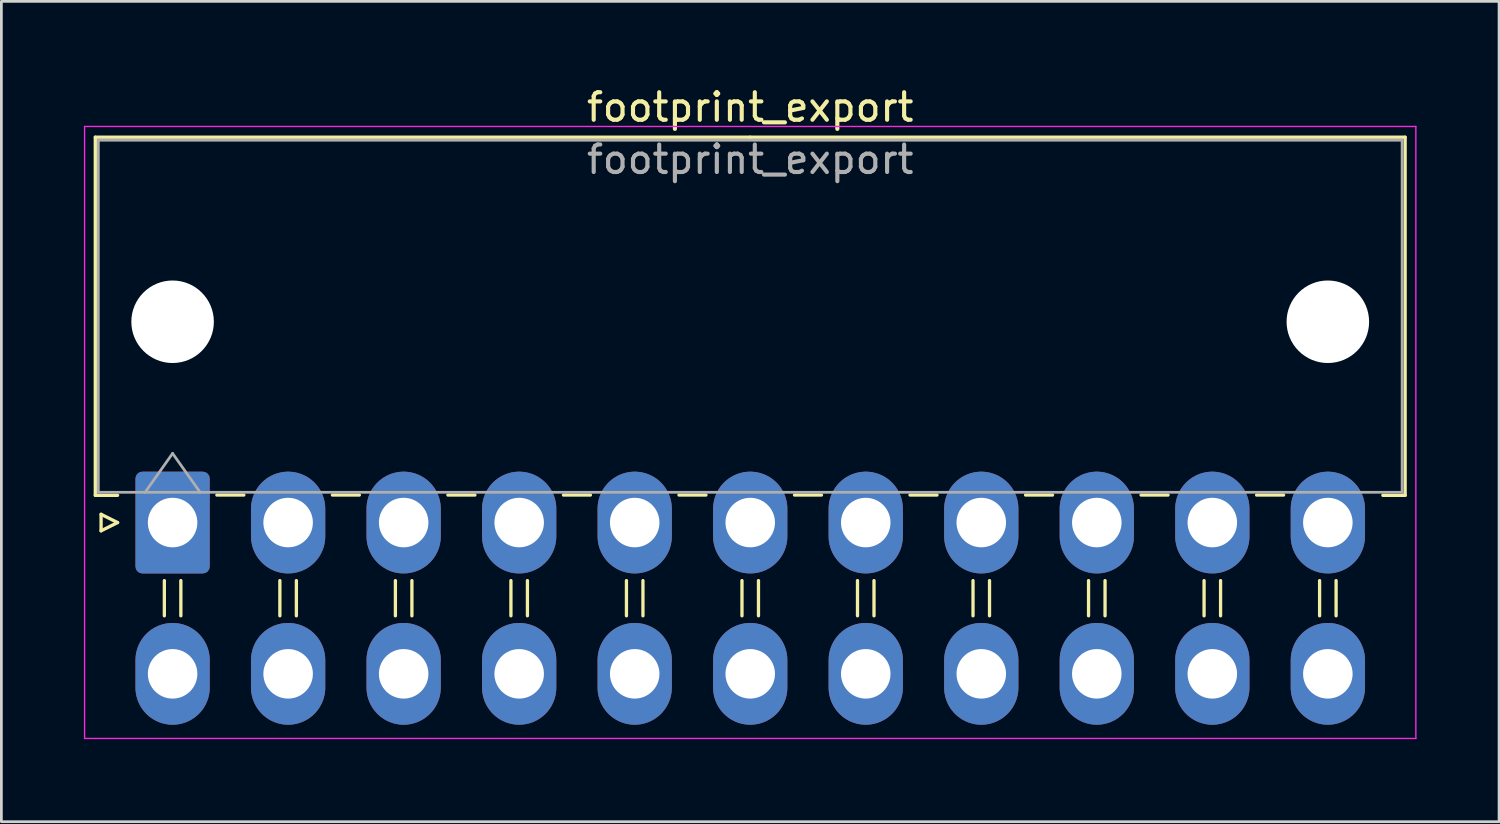
<source format=kicad_pcb>
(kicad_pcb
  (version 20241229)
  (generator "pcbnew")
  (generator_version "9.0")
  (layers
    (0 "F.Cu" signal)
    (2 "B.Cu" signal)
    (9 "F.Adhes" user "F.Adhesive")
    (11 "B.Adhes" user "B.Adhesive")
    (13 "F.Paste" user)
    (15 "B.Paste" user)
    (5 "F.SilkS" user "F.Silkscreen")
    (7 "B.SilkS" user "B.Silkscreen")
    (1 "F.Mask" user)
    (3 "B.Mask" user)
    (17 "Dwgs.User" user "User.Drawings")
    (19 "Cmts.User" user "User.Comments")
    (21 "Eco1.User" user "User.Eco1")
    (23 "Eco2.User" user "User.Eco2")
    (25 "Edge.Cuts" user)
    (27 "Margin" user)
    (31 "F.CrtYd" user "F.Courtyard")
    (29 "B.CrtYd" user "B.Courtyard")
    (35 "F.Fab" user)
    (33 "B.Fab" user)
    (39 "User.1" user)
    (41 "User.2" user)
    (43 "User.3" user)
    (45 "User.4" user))
  (footprint "footprint_export"
    (layer "F.Cu")
    (at 3.225 15.948)
    (property "Reference" "footprint_export" (at 21 -15.1 0) (layer "F.SilkS") (effects (font (size 1 1) (thickness 0.15))))
    (attr through_hole)
    (fp_line (start -2.81 -14.01) (end 21 -14.01) (stroke (width 0.12) (type solid)) (layer "F.SilkS"))
    (fp_line (start -2.81 -0.99) (end -2.81 -14.01) (stroke (width 0.12) (type solid)) (layer "F.SilkS"))
    (fp_line (start -2.6 -0.3) (end -2 0) (stroke (width 0.12) (type solid)) (layer "F.SilkS"))
    (fp_line (start -2.6 0.3) (end -2.6 -0.3) (stroke (width 0.12) (type solid)) (layer "F.SilkS"))
    (fp_line (start -2 -0.99) (end -2.81 -0.99) (stroke (width 0.12) (type solid)) (layer "F.SilkS"))
    (fp_line (start -2 0) (end -2.6 0.3) (stroke (width 0.12) (type solid)) (layer "F.SilkS"))
    (fp_line (start -0.3 2.11) (end -0.3 3.39) (stroke (width 0.12) (type solid)) (layer "F.SilkS"))
    (fp_line (start 0.3 2.11) (end 0.3 3.39) (stroke (width 0.12) (type solid)) (layer "F.SilkS"))
    (fp_line (start 1.61 -1) (end 2.59 -1) (stroke (width 0.12) (type solid)) (layer "F.SilkS"))
    (fp_line (start 3.9 2.11) (end 3.9 3.39) (stroke (width 0.12) (type solid)) (layer "F.SilkS"))
    (fp_line (start 4.5 2.11) (end 4.5 3.39) (stroke (width 0.12) (type solid)) (layer "F.SilkS"))
    (fp_line (start 5.81 -1) (end 6.79 -1) (stroke (width 0.12) (type solid)) (layer "F.SilkS"))
    (fp_line (start 8.1 2.11) (end 8.1 3.39) (stroke (width 0.12) (type solid)) (layer "F.SilkS"))
    (fp_line (start 8.7 2.11) (end 8.7 3.39) (stroke (width 0.12) (type solid)) (layer "F.SilkS"))
    (fp_line (start 10.01 -1) (end 10.99 -1) (stroke (width 0.12) (type solid)) (layer "F.SilkS"))
    (fp_line (start 12.3 2.11) (end 12.3 3.39) (stroke (width 0.12) (type solid)) (layer "F.SilkS"))
    (fp_line (start 12.9 2.11) (end 12.9 3.39) (stroke (width 0.12) (type solid)) (layer "F.SilkS"))
    (fp_line (start 14.21 -1) (end 15.19 -1) (stroke (width 0.12) (type solid)) (layer "F.SilkS"))
    (fp_line (start 16.5 2.11) (end 16.5 3.39) (stroke (width 0.12) (type solid)) (layer "F.SilkS"))
    (fp_line (start 17.1 2.11) (end 17.1 3.39) (stroke (width 0.12) (type solid)) (layer "F.SilkS"))
    (fp_line (start 18.41 -1) (end 19.39 -1) (stroke (width 0.12) (type solid)) (layer "F.SilkS"))
    (fp_line (start 20.7 2.11) (end 20.7 3.39) (stroke (width 0.12) (type solid)) (layer "F.SilkS"))
    (fp_line (start 21.3 2.11) (end 21.3 3.39) (stroke (width 0.12) (type solid)) (layer "F.SilkS"))
    (fp_line (start 22.61 -1) (end 23.59 -1) (stroke (width 0.12) (type solid)) (layer "F.SilkS"))
    (fp_line (start 24.9 2.11) (end 24.9 3.39) (stroke (width 0.12) (type solid)) (layer "F.SilkS"))
    (fp_line (start 25.5 2.11) (end 25.5 3.39) (stroke (width 0.12) (type solid)) (layer "F.SilkS"))
    (fp_line (start 26.81 -1) (end 27.79 -1) (stroke (width 0.12) (type solid)) (layer "F.SilkS"))
    (fp_line (start 29.1 2.11) (end 29.1 3.39) (stroke (width 0.12) (type solid)) (layer "F.SilkS"))
    (fp_line (start 29.7 2.11) (end 29.7 3.39) (stroke (width 0.12) (type solid)) (layer "F.SilkS"))
    (fp_line (start 31.01 -1) (end 31.99 -1) (stroke (width 0.12) (type solid)) (layer "F.SilkS"))
    (fp_line (start 33.3 2.11) (end 33.3 3.39) (stroke (width 0.12) (type solid)) (layer "F.SilkS"))
    (fp_line (start 33.9 2.11) (end 33.9 3.39) (stroke (width 0.12) (type solid)) (layer "F.SilkS"))
    (fp_line (start 35.21 -1) (end 36.19 -1) (stroke (width 0.12) (type solid)) (layer "F.SilkS"))
    (fp_line (start 37.5 2.11) (end 37.5 3.39) (stroke (width 0.12) (type solid)) (layer "F.SilkS"))
    (fp_line (start 38.1 2.11) (end 38.1 3.39) (stroke (width 0.12) (type solid)) (layer "F.SilkS"))
    (fp_line (start 39.41 -1) (end 40.39 -1) (stroke (width 0.12) (type solid)) (layer "F.SilkS"))
    (fp_line (start 41.7 2.11) (end 41.7 3.39) (stroke (width 0.12) (type solid)) (layer "F.SilkS"))
    (fp_line (start 42.3 2.11) (end 42.3 3.39) (stroke (width 0.12) (type solid)) (layer "F.SilkS"))
    (fp_line (start 44 -0.99) (end 44.81 -0.99) (stroke (width 0.12) (type solid)) (layer "F.SilkS"))
    (fp_line (start 44.81 -14.01) (end 21 -14.01) (stroke (width 0.12) (type solid)) (layer "F.SilkS"))
    (fp_line (start 44.81 -0.99) (end 44.81 -14.01) (stroke (width 0.12) (type solid)) (layer "F.SilkS"))
    (fp_line (start -3.2 -14.4) (end -3.2 7.85) (stroke (width 0.05) (type solid)) (layer "F.CrtYd"))
    (fp_line (start -3.2 7.85) (end 45.2 7.85) (stroke (width 0.05) (type solid)) (layer "F.CrtYd"))
    (fp_line (start 45.2 -14.4) (end -3.2 -14.4) (stroke (width 0.05) (type solid)) (layer "F.CrtYd"))
    (fp_line (start 45.2 7.85) (end 45.2 -14.4) (stroke (width 0.05) (type solid)) (layer "F.CrtYd"))
    (fp_line (start -2.7 -13.9) (end -2.7 -1.1) (stroke (width 0.1) (type solid)) (layer "F.Fab"))
    (fp_line (start -2.7 -1.1) (end 44.7 -1.1) (stroke (width 0.1) (type solid)) (layer "F.Fab"))
    (fp_line (start -1 -1.1) (end 0 -2.514) (stroke (width 0.1) (type solid)) (layer "F.Fab"))
    (fp_line (start 0 -2.514) (end 1 -1.1) (stroke (width 0.1) (type solid)) (layer "F.Fab"))
    (fp_line (start 44.7 -13.9) (end -2.7 -13.9) (stroke (width 0.1) (type solid)) (layer "F.Fab"))
    (fp_line (start 44.7 -1.1) (end 44.7 -13.9) (stroke (width 0.1) (type solid)) (layer "F.Fab"))
    (fp_text user "${REFERENCE}" (at 21 -13.2 0) (layer "F.Fab") (effects (font (size 1 1) (thickness 0.15))))
    (pad "" np_thru_hole circle (at 0 -7.3) (size 3 3) (drill 3) (layers "*.Cu" "*.Mask"))
    (pad "" np_thru_hole circle (at 42 -7.3) (size 3 3) (drill 3) (layers "*.Cu" "*.Mask"))
    (pad "1" thru_hole roundrect (at 0 0) (size 2.7 3.7) (drill 1.8) (layers "*.Cu" "*.Mask") (roundrect_rratio 0.093))
    (pad "2" thru_hole oval (at 4.2 0) (size 2.7 3.7) (drill 1.8) (layers "*.Cu" "*.Mask"))
    (pad "3" thru_hole oval (at 8.4 0) (size 2.7 3.7) (drill 1.8) (layers "*.Cu" "*.Mask"))
    (pad "4" thru_hole oval (at 12.6 0) (size 2.7 3.7) (drill 1.8) (layers "*.Cu" "*.Mask"))
    (pad "5" thru_hole oval (at 16.8 0) (size 2.7 3.7) (drill 1.8) (layers "*.Cu" "*.Mask"))
    (pad "6" thru_hole oval (at 21 0) (size 2.7 3.7) (drill 1.8) (layers "*.Cu" "*.Mask"))
    (pad "7" thru_hole oval (at 25.2 0) (size 2.7 3.7) (drill 1.8) (layers "*.Cu" "*.Mask"))
    (pad "8" thru_hole oval (at 29.4 0) (size 2.7 3.7) (drill 1.8) (layers "*.Cu" "*.Mask"))
    (pad "9" thru_hole oval (at 33.6 0) (size 2.7 3.7) (drill 1.8) (layers "*.Cu" "*.Mask"))
    (pad "10" thru_hole oval (at 37.8 0) (size 2.7 3.7) (drill 1.8) (layers "*.Cu" "*.Mask"))
    (pad "11" thru_hole oval (at 42 0) (size 2.7 3.7) (drill 1.8) (layers "*.Cu" "*.Mask"))
    (pad "12" thru_hole oval (at 0 5.5) (size 2.7 3.7) (drill 1.8) (layers "*.Cu" "*.Mask"))
    (pad "13" thru_hole oval (at 4.2 5.5) (size 2.7 3.7) (drill 1.8) (layers "*.Cu" "*.Mask"))
    (pad "14" thru_hole oval (at 8.4 5.5) (size 2.7 3.7) (drill 1.8) (layers "*.Cu" "*.Mask"))
    (pad "15" thru_hole oval (at 12.6 5.5) (size 2.7 3.7) (drill 1.8) (layers "*.Cu" "*.Mask"))
    (pad "16" thru_hole oval (at 16.8 5.5) (size 2.7 3.7) (drill 1.8) (layers "*.Cu" "*.Mask"))
    (pad "17" thru_hole oval (at 21 5.5) (size 2.7 3.7) (drill 1.8) (layers "*.Cu" "*.Mask"))
    (pad "18" thru_hole oval (at 25.2 5.5) (size 2.7 3.7) (drill 1.8) (layers "*.Cu" "*.Mask"))
    (pad "19" thru_hole oval (at 29.4 5.5) (size 2.7 3.7) (drill 1.8) (layers "*.Cu" "*.Mask"))
    (pad "20" thru_hole oval (at 33.6 5.5) (size 2.7 3.7) (drill 1.8) (layers "*.Cu" "*.Mask"))
    (pad "21" thru_hole oval (at 37.8 5.5) (size 2.7 3.7) (drill 1.8) (layers "*.Cu" "*.Mask"))
    (pad "22" thru_hole oval (at 42 5.5) (size 2.7 3.7) (drill 1.8) (layers "*.Cu" "*.Mask")))
  (gr_rect
    (start -3 -3)
    (end 51.45 26.823)
    (stroke (width 0.1) (type default))
    (fill no)
    (layer "Edge.Cuts")))
</source>
